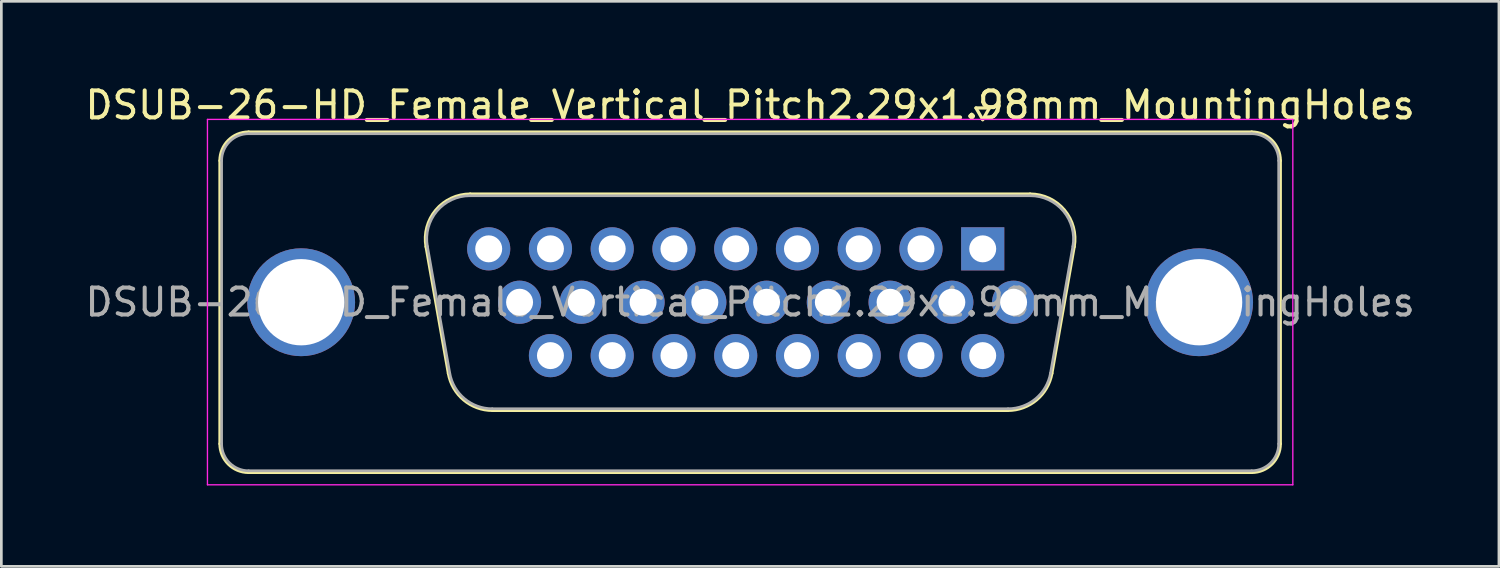
<source format=kicad_pcb>
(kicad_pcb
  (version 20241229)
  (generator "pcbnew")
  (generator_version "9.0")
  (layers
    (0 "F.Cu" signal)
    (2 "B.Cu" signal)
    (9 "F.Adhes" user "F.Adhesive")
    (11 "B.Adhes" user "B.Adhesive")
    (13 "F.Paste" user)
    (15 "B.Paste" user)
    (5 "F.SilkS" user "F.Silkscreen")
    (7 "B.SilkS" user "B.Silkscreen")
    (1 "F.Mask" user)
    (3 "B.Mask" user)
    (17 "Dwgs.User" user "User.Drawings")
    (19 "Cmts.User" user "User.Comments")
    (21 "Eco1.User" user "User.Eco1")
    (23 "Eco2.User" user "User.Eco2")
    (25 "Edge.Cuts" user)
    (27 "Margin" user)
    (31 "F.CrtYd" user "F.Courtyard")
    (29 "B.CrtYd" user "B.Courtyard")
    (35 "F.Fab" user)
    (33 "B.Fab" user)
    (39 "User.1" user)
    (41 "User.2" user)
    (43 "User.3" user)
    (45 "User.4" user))
  (footprint "DSUB-26-HD_Female_Vertical_Pitch2.29x1.98mm_MountingHoles"
    (layer "F.Cu")
    (at 33.393 6.178)
    (property "Reference" "DSUB-26-HD_Female_Vertical_Pitch2.29x1.98mm_MountingHoles" (at -8.625 -5.33 0) (layer "F.SilkS") (effects (font (size 1 1) (thickness 0.15))))
    (attr through_hole)
    (fp_line (start -28.285 7.23) (end -28.285 -3.27) (stroke (width 0.12) (type solid)) (layer "F.SilkS"))
    (fp_line (start -27.225 -4.33) (end 9.975 -4.33) (stroke (width 0.12) (type solid)) (layer "F.SilkS"))
    (fp_line (start -20.641 -0.082) (end -19.813 4.618) (stroke (width 0.12) (type solid)) (layer "F.SilkS"))
    (fp_line (start -19.007 -2.03) (end 1.757 -2.03) (stroke (width 0.12) (type solid)) (layer "F.SilkS"))
    (fp_line (start -18.178 5.99) (end 0.928 5.99) (stroke (width 0.12) (type solid)) (layer "F.SilkS"))
    (fp_line (start -0.25 -5.224) (end 0.25 -5.224) (stroke (width 0.12) (type solid)) (layer "F.SilkS"))
    (fp_line (start 0 -4.791) (end -0.25 -5.224) (stroke (width 0.12) (type solid)) (layer "F.SilkS"))
    (fp_line (start 0.25 -5.224) (end 0 -4.791) (stroke (width 0.12) (type solid)) (layer "F.SilkS"))
    (fp_line (start 3.391 -0.082) (end 2.563 4.618) (stroke (width 0.12) (type solid)) (layer "F.SilkS"))
    (fp_line (start 9.975 8.29) (end -27.225 8.29) (stroke (width 0.12) (type solid)) (layer "F.SilkS"))
    (fp_line (start 11.035 -3.27) (end 11.035 7.23) (stroke (width 0.12) (type solid)) (layer "F.SilkS"))
    (fp_arc (start -28.285 -3.27) (mid -27.974533 -4.019533) (end -27.225 -4.33) (stroke (width 0.12) (type solid)) (layer "F.SilkS"))
    (fp_arc (start -27.225 8.29) (mid -27.974533 7.979533) (end -28.285 7.23) (stroke (width 0.12) (type solid)) (layer "F.SilkS"))
    (fp_arc (start -20.64147 -0.081744) (mid -20.278323 -1.437028) (end -19.006689 -2.03) (stroke (width 0.12) (type solid)) (layer "F.SilkS"))
    (fp_arc (start -18.177952 5.99) (mid -19.244979 5.601634) (end -19.812733 4.618256) (stroke (width 0.12) (type solid)) (layer "F.SilkS"))
    (fp_arc (start 1.756689 -2.03) (mid 3.028323 -1.437027) (end 3.39147 -0.081744) (stroke (width 0.12) (type solid)) (layer "F.SilkS"))
    (fp_arc (start 2.562733 4.618256) (mid 1.99498 5.601634) (end 0.927952 5.99) (stroke (width 0.12) (type solid)) (layer "F.SilkS"))
    (fp_arc (start 9.975 -4.33) (mid 10.724533 -4.019533) (end 11.035 -3.27) (stroke (width 0.12) (type solid)) (layer "F.SilkS"))
    (fp_arc (start 11.035 7.23) (mid 10.724533 7.979533) (end 9.975 8.29) (stroke (width 0.12) (type solid)) (layer "F.SilkS"))
    (fp_line (start -28.75 -4.8) (end -28.75 8.75) (stroke (width 0.05) (type solid)) (layer "F.CrtYd"))
    (fp_line (start -28.75 8.75) (end 11.5 8.75) (stroke (width 0.05) (type solid)) (layer "F.CrtYd"))
    (fp_line (start 11.5 -4.8) (end -28.75 -4.8) (stroke (width 0.05) (type solid)) (layer "F.CrtYd"))
    (fp_line (start 11.5 8.75) (end 11.5 -4.8) (stroke (width 0.05) (type solid)) (layer "F.CrtYd"))
    (fp_line (start -28.225 7.23) (end -28.225 -3.27) (stroke (width 0.1) (type solid)) (layer "F.Fab"))
    (fp_line (start -27.225 -4.27) (end 9.975 -4.27) (stroke (width 0.1) (type solid)) (layer "F.Fab"))
    (fp_line (start -20.594 -0.092) (end -19.765 4.608) (stroke (width 0.1) (type solid)) (layer "F.Fab"))
    (fp_line (start -19.018 -1.97) (end 1.768 -1.97) (stroke (width 0.1) (type solid)) (layer "F.Fab"))
    (fp_line (start -18.189 5.93) (end 0.939 5.93) (stroke (width 0.1) (type solid)) (layer "F.Fab"))
    (fp_line (start 3.344 -0.092) (end 2.515 4.608) (stroke (width 0.1) (type solid)) (layer "F.Fab"))
    (fp_line (start 9.975 8.23) (end -27.225 8.23) (stroke (width 0.1) (type solid)) (layer "F.Fab"))
    (fp_line (start 10.975 -3.27) (end 10.975 7.23) (stroke (width 0.1) (type solid)) (layer "F.Fab"))
    (fp_arc (start -28.225 -3.27) (mid -27.932107 -3.977107) (end -27.225 -4.27) (stroke (width 0.1) (type solid)) (layer "F.Fab"))
    (fp_arc (start -27.225 8.23) (mid -27.932107 7.937107) (end -28.225 7.23) (stroke (width 0.1) (type solid)) (layer "F.Fab"))
    (fp_arc (start -20.593886 -0.092163) (mid -20.243865 -1.39846) (end -19.018194 -1.97) (stroke (width 0.1) (type solid)) (layer "F.Fab"))
    (fp_arc (start -18.189457 5.93) (mid -19.217917 5.555671) (end -19.765149 4.607837) (stroke (width 0.1) (type solid)) (layer "F.Fab"))
    (fp_arc (start 1.768194 -1.97) (mid 2.993865 -1.39846) (end 3.343886 -0.092163) (stroke (width 0.1) (type solid)) (layer "F.Fab"))
    (fp_arc (start 2.515149 4.607837) (mid 1.967917 5.555671) (end 0.939457 5.93) (stroke (width 0.1) (type solid)) (layer "F.Fab"))
    (fp_arc (start 9.975 -4.27) (mid 10.682107 -3.977107) (end 10.975 -3.27) (stroke (width 0.1) (type solid)) (layer "F.Fab"))
    (fp_arc (start 10.975 7.23) (mid 10.682107 7.937107) (end 9.975 8.23) (stroke (width 0.1) (type solid)) (layer "F.Fab"))
    (fp_text user "${REFERENCE}" (at -8.625 1.98 0) (layer "F.Fab") (effects (font (size 1 1) (thickness 0.15))))
    (pad "0" thru_hole circle (at -25.275 1.98) (size 4 4) (drill 3.2) (layers "*.Cu" "*.Mask"))
    (pad "0" thru_hole circle (at 8.025 1.98) (size 4 4) (drill 3.2) (layers "*.Cu" "*.Mask"))
    (pad "1" thru_hole rect (at 0 0) (size 1.6 1.6) (drill 1) (layers "*.Cu" "*.Mask"))
    (pad "2" thru_hole circle (at -2.29 0) (size 1.6 1.6) (drill 1) (layers "*.Cu" "*.Mask"))
    (pad "3" thru_hole circle (at -4.58 0) (size 1.6 1.6) (drill 1) (layers "*.Cu" "*.Mask"))
    (pad "4" thru_hole circle (at -6.87 0) (size 1.6 1.6) (drill 1) (layers "*.Cu" "*.Mask"))
    (pad "5" thru_hole circle (at -9.16 0) (size 1.6 1.6) (drill 1) (layers "*.Cu" "*.Mask"))
    (pad "6" thru_hole circle (at -11.45 0) (size 1.6 1.6) (drill 1) (layers "*.Cu" "*.Mask"))
    (pad "7" thru_hole circle (at -13.74 0) (size 1.6 1.6) (drill 1) (layers "*.Cu" "*.Mask"))
    (pad "8" thru_hole circle (at -16.03 0) (size 1.6 1.6) (drill 1) (layers "*.Cu" "*.Mask"))
    (pad "9" thru_hole circle (at -18.32 0) (size 1.6 1.6) (drill 1) (layers "*.Cu" "*.Mask"))
    (pad "10" thru_hole circle (at 1.145 1.98) (size 1.6 1.6) (drill 1) (layers "*.Cu" "*.Mask"))
    (pad "11" thru_hole circle (at -1.145 1.98) (size 1.6 1.6) (drill 1) (layers "*.Cu" "*.Mask"))
    (pad "12" thru_hole circle (at -3.435 1.98) (size 1.6 1.6) (drill 1) (layers "*.Cu" "*.Mask"))
    (pad "13" thru_hole circle (at -5.725 1.98) (size 1.6 1.6) (drill 1) (layers "*.Cu" "*.Mask"))
    (pad "14" thru_hole circle (at -8.015 1.98) (size 1.6 1.6) (drill 1) (layers "*.Cu" "*.Mask"))
    (pad "15" thru_hole circle (at -10.305 1.98) (size 1.6 1.6) (drill 1) (layers "*.Cu" "*.Mask"))
    (pad "16" thru_hole circle (at -12.595 1.98) (size 1.6 1.6) (drill 1) (layers "*.Cu" "*.Mask"))
    (pad "17" thru_hole circle (at -14.885 1.98) (size 1.6 1.6) (drill 1) (layers "*.Cu" "*.Mask"))
    (pad "18" thru_hole circle (at -17.175 1.98) (size 1.6 1.6) (drill 1) (layers "*.Cu" "*.Mask"))
    (pad "19" thru_hole circle (at 0 3.96) (size 1.6 1.6) (drill 1) (layers "*.Cu" "*.Mask"))
    (pad "20" thru_hole circle (at -2.29 3.96) (size 1.6 1.6) (drill 1) (layers "*.Cu" "*.Mask"))
    (pad "21" thru_hole circle (at -4.58 3.96) (size 1.6 1.6) (drill 1) (layers "*.Cu" "*.Mask"))
    (pad "22" thru_hole circle (at -6.87 3.96) (size 1.6 1.6) (drill 1) (layers "*.Cu" "*.Mask"))
    (pad "23" thru_hole circle (at -9.16 3.96) (size 1.6 1.6) (drill 1) (layers "*.Cu" "*.Mask"))
    (pad "24" thru_hole circle (at -11.45 3.96) (size 1.6 1.6) (drill 1) (layers "*.Cu" "*.Mask"))
    (pad "25" thru_hole circle (at -13.74 3.96) (size 1.6 1.6) (drill 1) (layers "*.Cu" "*.Mask"))
    (pad "26" thru_hole circle (at -16.03 3.96) (size 1.6 1.6) (drill 1) (layers "*.Cu" "*.Mask")))
  (gr_rect
    (start -3 -3)
    (end 52.536 17.953)
    (stroke (width 0.1) (type default))
    (fill no)
    (layer "Edge.Cuts")))
</source>
